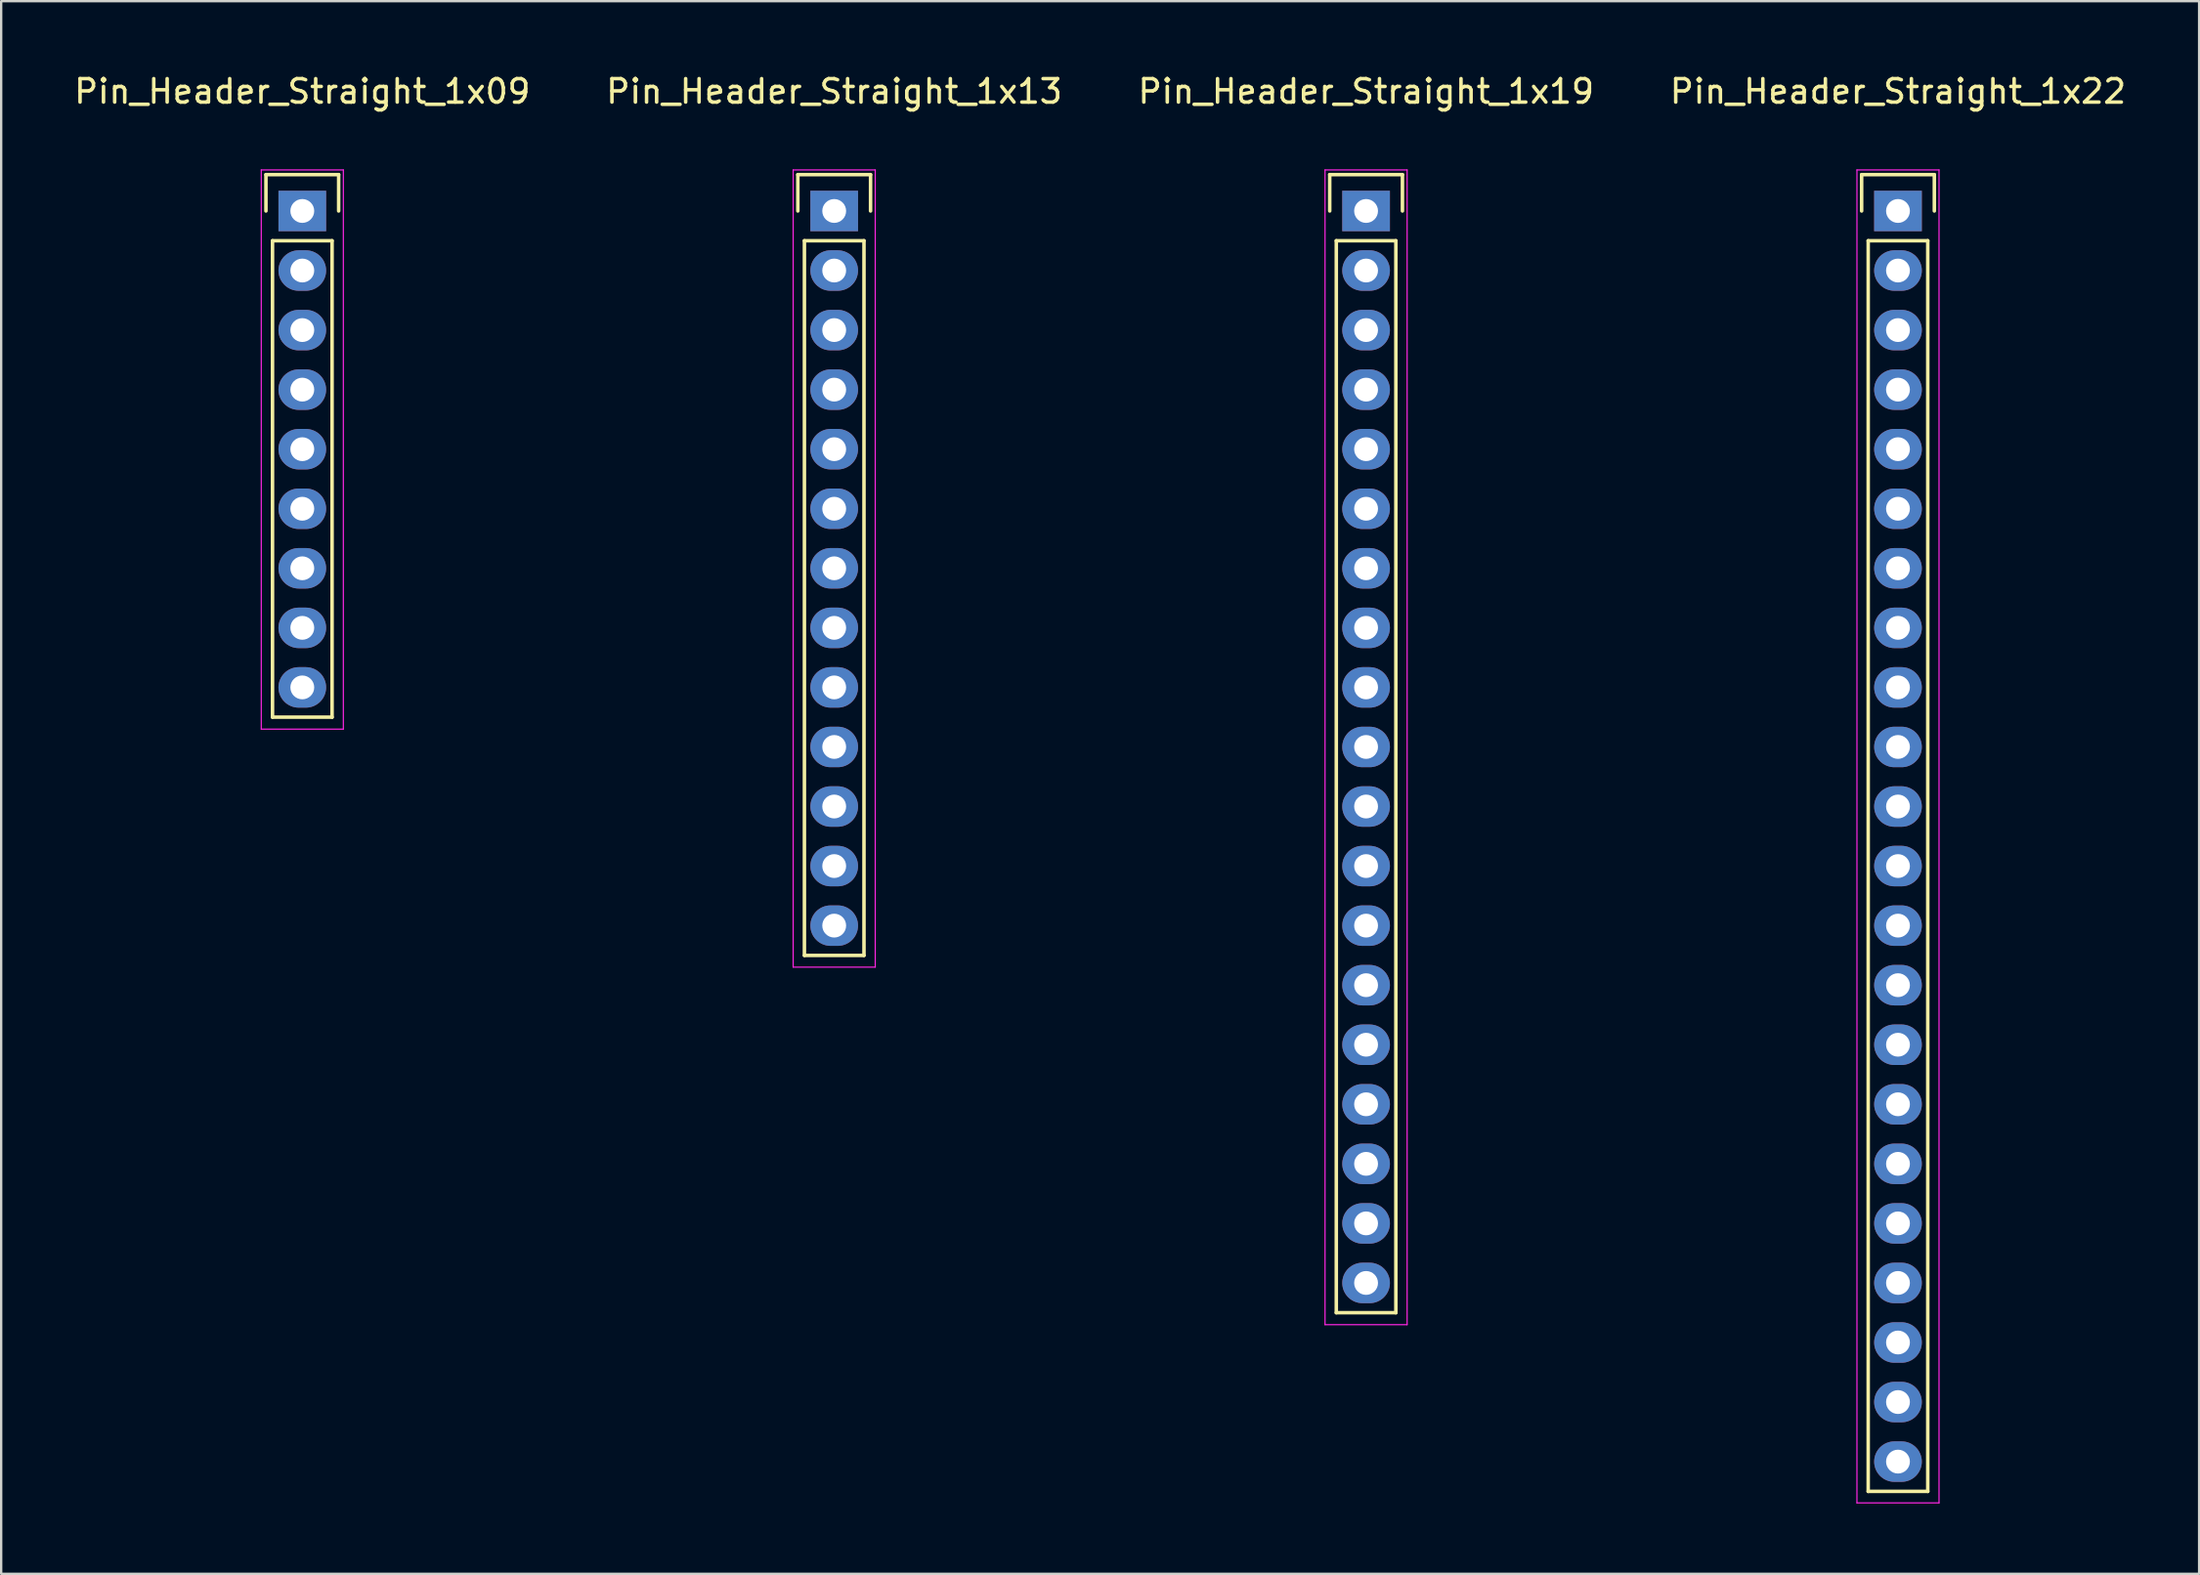
<source format=kicad_pcb>
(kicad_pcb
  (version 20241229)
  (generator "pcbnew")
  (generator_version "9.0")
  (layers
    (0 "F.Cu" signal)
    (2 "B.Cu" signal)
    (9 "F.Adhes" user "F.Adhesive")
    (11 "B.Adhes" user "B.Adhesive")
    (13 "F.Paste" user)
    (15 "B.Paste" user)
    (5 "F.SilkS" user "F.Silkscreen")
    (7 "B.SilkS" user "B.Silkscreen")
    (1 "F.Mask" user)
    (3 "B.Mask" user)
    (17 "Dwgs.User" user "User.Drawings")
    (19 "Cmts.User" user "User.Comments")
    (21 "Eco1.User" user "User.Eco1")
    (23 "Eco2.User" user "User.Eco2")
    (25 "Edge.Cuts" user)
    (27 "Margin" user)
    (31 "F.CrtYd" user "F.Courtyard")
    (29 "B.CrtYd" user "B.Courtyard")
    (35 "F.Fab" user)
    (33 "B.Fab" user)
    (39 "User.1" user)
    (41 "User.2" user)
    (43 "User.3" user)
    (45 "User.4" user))
  (footprint "Pin_Header_Straight_1x19"
    (layer "F.Cu")
    (at 55.196 5.948)
    (property "Reference" "Pin_Header_Straight_1x19" (at 0 -5.1 0) (layer "F.SilkS") (effects (font (size 1 1) (thickness 0.15))))
    (attr through_hole)
    (fp_line (start -1.55 -1.55) (end 1.55 -1.55) (stroke (width 0.15) (type solid)) (layer "F.SilkS"))
    (fp_line (start -1.55 0) (end -1.55 -1.55) (stroke (width 0.15) (type solid)) (layer "F.SilkS"))
    (fp_line (start -1.27 46.99) (end -1.27 1.27) (stroke (width 0.15) (type solid)) (layer "F.SilkS"))
    (fp_line (start 1.27 1.27) (end -1.27 1.27) (stroke (width 0.15) (type solid)) (layer "F.SilkS"))
    (fp_line (start 1.27 1.27) (end 1.27 46.99) (stroke (width 0.15) (type solid)) (layer "F.SilkS"))
    (fp_line (start 1.27 46.99) (end -1.27 46.99) (stroke (width 0.15) (type solid)) (layer "F.SilkS"))
    (fp_line (start 1.55 -1.55) (end 1.55 0) (stroke (width 0.15) (type solid)) (layer "F.SilkS"))
    (fp_line (start -1.75 -1.75) (end -1.75 47.5) (stroke (width 0.05) (type solid)) (layer "F.CrtYd"))
    (fp_line (start -1.75 -1.75) (end 1.75 -1.75) (stroke (width 0.05) (type solid)) (layer "F.CrtYd"))
    (fp_line (start -1.75 47.5) (end 1.75 47.5) (stroke (width 0.05) (type solid)) (layer "F.CrtYd"))
    (fp_line (start 1.75 -1.75) (end 1.75 47.5) (stroke (width 0.05) (type solid)) (layer "F.CrtYd"))
    (pad "1" thru_hole rect (at 0 0) (size 2.032 1.727) (drill 1.016) (layers "*.Cu" "*.Mask"))
    (pad "2" thru_hole oval (at 0 2.54) (size 2.032 1.727) (drill 1.016) (layers "*.Cu" "*.Mask"))
    (pad "3" thru_hole oval (at 0 5.08) (size 2.032 1.727) (drill 1.016) (layers "*.Cu" "*.Mask"))
    (pad "4" thru_hole oval (at 0 7.62) (size 2.032 1.727) (drill 1.016) (layers "*.Cu" "*.Mask"))
    (pad "5" thru_hole oval (at 0 10.16) (size 2.032 1.727) (drill 1.016) (layers "*.Cu" "*.Mask"))
    (pad "6" thru_hole oval (at 0 12.7) (size 2.032 1.727) (drill 1.016) (layers "*.Cu" "*.Mask"))
    (pad "7" thru_hole oval (at 0 15.24) (size 2.032 1.727) (drill 1.016) (layers "*.Cu" "*.Mask"))
    (pad "8" thru_hole oval (at 0 17.78) (size 2.032 1.727) (drill 1.016) (layers "*.Cu" "*.Mask"))
    (pad "9" thru_hole oval (at 0 20.32) (size 2.032 1.727) (drill 1.016) (layers "*.Cu" "*.Mask"))
    (pad "10" thru_hole oval (at 0 22.86) (size 2.032 1.727) (drill 1.016) (layers "*.Cu" "*.Mask"))
    (pad "11" thru_hole oval (at 0 25.4) (size 2.032 1.727) (drill 1.016) (layers "*.Cu" "*.Mask"))
    (pad "12" thru_hole oval (at 0 27.94) (size 2.032 1.727) (drill 1.016) (layers "*.Cu" "*.Mask"))
    (pad "13" thru_hole oval (at 0 30.48) (size 2.032 1.727) (drill 1.016) (layers "*.Cu" "*.Mask"))
    (pad "14" thru_hole oval (at 0 33.02) (size 2.032 1.727) (drill 1.016) (layers "*.Cu" "*.Mask"))
    (pad "15" thru_hole oval (at 0 35.56) (size 2.032 1.727) (drill 1.016) (layers "*.Cu" "*.Mask"))
    (pad "16" thru_hole oval (at 0 38.1) (size 2.032 1.727) (drill 1.016) (layers "*.Cu" "*.Mask"))
    (pad "17" thru_hole oval (at 0 40.64) (size 2.032 1.727) (drill 1.016) (layers "*.Cu" "*.Mask"))
    (pad "18" thru_hole oval (at 0 43.18) (size 2.032 1.727) (drill 1.016) (layers "*.Cu" "*.Mask"))
    (pad "19" thru_hole oval (at 0 45.72) (size 2.032 1.727) (drill 1.016) (layers "*.Cu" "*.Mask")))
  (footprint "Pin_Header_Straight_1x13"
    (layer "F.Cu")
    (at 32.518 5.948)
    (property "Reference" "Pin_Header_Straight_1x13" (at 0 -5.1 0) (layer "F.SilkS") (effects (font (size 1 1) (thickness 0.15))))
    (attr through_hole)
    (fp_line (start -1.55 -1.55) (end 1.55 -1.55) (stroke (width 0.15) (type solid)) (layer "F.SilkS"))
    (fp_line (start -1.55 0) (end -1.55 -1.55) (stroke (width 0.15) (type solid)) (layer "F.SilkS"))
    (fp_line (start -1.27 1.27) (end -1.27 31.75) (stroke (width 0.15) (type solid)) (layer "F.SilkS"))
    (fp_line (start -1.27 31.75) (end 1.27 31.75) (stroke (width 0.15) (type solid)) (layer "F.SilkS"))
    (fp_line (start 1.27 1.27) (end -1.27 1.27) (stroke (width 0.15) (type solid)) (layer "F.SilkS"))
    (fp_line (start 1.27 31.75) (end 1.27 1.27) (stroke (width 0.15) (type solid)) (layer "F.SilkS"))
    (fp_line (start 1.55 -1.55) (end 1.55 0) (stroke (width 0.15) (type solid)) (layer "F.SilkS"))
    (fp_line (start -1.75 -1.75) (end -1.75 32.25) (stroke (width 0.05) (type solid)) (layer "F.CrtYd"))
    (fp_line (start -1.75 -1.75) (end 1.75 -1.75) (stroke (width 0.05) (type solid)) (layer "F.CrtYd"))
    (fp_line (start -1.75 32.25) (end 1.75 32.25) (stroke (width 0.05) (type solid)) (layer "F.CrtYd"))
    (fp_line (start 1.75 -1.75) (end 1.75 32.25) (stroke (width 0.05) (type solid)) (layer "F.CrtYd"))
    (pad "1" thru_hole rect (at 0 0) (size 2.032 1.727) (drill 1.016) (layers "*.Cu" "*.Mask"))
    (pad "2" thru_hole oval (at 0 2.54) (size 2.032 1.727) (drill 1.016) (layers "*.Cu" "*.Mask"))
    (pad "3" thru_hole oval (at 0 5.08) (size 2.032 1.727) (drill 1.016) (layers "*.Cu" "*.Mask"))
    (pad "4" thru_hole oval (at 0 7.62) (size 2.032 1.727) (drill 1.016) (layers "*.Cu" "*.Mask"))
    (pad "5" thru_hole oval (at 0 10.16) (size 2.032 1.727) (drill 1.016) (layers "*.Cu" "*.Mask"))
    (pad "6" thru_hole oval (at 0 12.7) (size 2.032 1.727) (drill 1.016) (layers "*.Cu" "*.Mask"))
    (pad "7" thru_hole oval (at 0 15.24) (size 2.032 1.727) (drill 1.016) (layers "*.Cu" "*.Mask"))
    (pad "8" thru_hole oval (at 0 17.78) (size 2.032 1.727) (drill 1.016) (layers "*.Cu" "*.Mask"))
    (pad "9" thru_hole oval (at 0 20.32) (size 2.032 1.727) (drill 1.016) (layers "*.Cu" "*.Mask"))
    (pad "10" thru_hole oval (at 0 22.86) (size 2.032 1.727) (drill 1.016) (layers "*.Cu" "*.Mask"))
    (pad "11" thru_hole oval (at 0 25.4) (size 2.032 1.727) (drill 1.016) (layers "*.Cu" "*.Mask"))
    (pad "12" thru_hole oval (at 0 27.94) (size 2.032 1.727) (drill 1.016) (layers "*.Cu" "*.Mask"))
    (pad "13" thru_hole oval (at 0 30.48) (size 2.032 1.727) (drill 1.016) (layers "*.Cu" "*.Mask")))
  (footprint "Pin_Header_Straight_1x09"
    (layer "F.Cu")
    (at 9.839 5.948)
    (property "Reference" "Pin_Header_Straight_1x09" (at 0 -5.1 0) (layer "F.SilkS") (effects (font (size 1 1) (thickness 0.15))))
    (attr through_hole)
    (fp_line (start -1.55 -1.55) (end 1.55 -1.55) (stroke (width 0.15) (type solid)) (layer "F.SilkS"))
    (fp_line (start -1.55 0) (end -1.55 -1.55) (stroke (width 0.15) (type solid)) (layer "F.SilkS"))
    (fp_line (start -1.27 21.59) (end -1.27 1.27) (stroke (width 0.15) (type solid)) (layer "F.SilkS"))
    (fp_line (start 1.27 1.27) (end -1.27 1.27) (stroke (width 0.15) (type solid)) (layer "F.SilkS"))
    (fp_line (start 1.27 1.27) (end 1.27 21.59) (stroke (width 0.15) (type solid)) (layer "F.SilkS"))
    (fp_line (start 1.27 21.59) (end -1.27 21.59) (stroke (width 0.15) (type solid)) (layer "F.SilkS"))
    (fp_line (start 1.55 -1.55) (end 1.55 0) (stroke (width 0.15) (type solid)) (layer "F.SilkS"))
    (fp_line (start -1.75 -1.75) (end -1.75 22.1) (stroke (width 0.05) (type solid)) (layer "F.CrtYd"))
    (fp_line (start -1.75 -1.75) (end 1.75 -1.75) (stroke (width 0.05) (type solid)) (layer "F.CrtYd"))
    (fp_line (start -1.75 22.1) (end 1.75 22.1) (stroke (width 0.05) (type solid)) (layer "F.CrtYd"))
    (fp_line (start 1.75 -1.75) (end 1.75 22.1) (stroke (width 0.05) (type solid)) (layer "F.CrtYd"))
    (pad "1" thru_hole rect (at 0 0) (size 2.032 1.727) (drill 1.016) (layers "*.Cu" "*.Mask"))
    (pad "2" thru_hole oval (at 0 2.54) (size 2.032 1.727) (drill 1.016) (layers "*.Cu" "*.Mask"))
    (pad "3" thru_hole oval (at 0 5.08) (size 2.032 1.727) (drill 1.016) (layers "*.Cu" "*.Mask"))
    (pad "4" thru_hole oval (at 0 7.62) (size 2.032 1.727) (drill 1.016) (layers "*.Cu" "*.Mask"))
    (pad "5" thru_hole oval (at 0 10.16) (size 2.032 1.727) (drill 1.016) (layers "*.Cu" "*.Mask"))
    (pad "6" thru_hole oval (at 0 12.7) (size 2.032 1.727) (drill 1.016) (layers "*.Cu" "*.Mask"))
    (pad "7" thru_hole oval (at 0 15.24) (size 2.032 1.727) (drill 1.016) (layers "*.Cu" "*.Mask"))
    (pad "8" thru_hole oval (at 0 17.78) (size 2.032 1.727) (drill 1.016) (layers "*.Cu" "*.Mask"))
    (pad "9" thru_hole oval (at 0 20.32) (size 2.032 1.727) (drill 1.016) (layers "*.Cu" "*.Mask")))
  (footprint "Pin_Header_Straight_1x22"
    (layer "F.Cu")
    (at 77.875 5.948)
    (property "Reference" "Pin_Header_Straight_1x22" (at 0 -5.1 0) (layer "F.SilkS") (effects (font (size 1 1) (thickness 0.15))))
    (attr through_hole)
    (fp_line (start -1.55 -1.55) (end 1.55 -1.55) (stroke (width 0.15) (type solid)) (layer "F.SilkS"))
    (fp_line (start -1.55 0) (end -1.55 -1.55) (stroke (width 0.15) (type solid)) (layer "F.SilkS"))
    (fp_line (start -1.27 1.27) (end -1.27 54.61) (stroke (width 0.15) (type solid)) (layer "F.SilkS"))
    (fp_line (start -1.27 54.61) (end 1.27 54.61) (stroke (width 0.15) (type solid)) (layer "F.SilkS"))
    (fp_line (start 1.27 1.27) (end -1.27 1.27) (stroke (width 0.15) (type solid)) (layer "F.SilkS"))
    (fp_line (start 1.27 54.61) (end 1.27 1.27) (stroke (width 0.15) (type solid)) (layer "F.SilkS"))
    (fp_line (start 1.55 -1.55) (end 1.55 0) (stroke (width 0.15) (type solid)) (layer "F.SilkS"))
    (fp_line (start -1.75 -1.75) (end -1.75 55.1) (stroke (width 0.05) (type solid)) (layer "F.CrtYd"))
    (fp_line (start -1.75 -1.75) (end 1.75 -1.75) (stroke (width 0.05) (type solid)) (layer "F.CrtYd"))
    (fp_line (start -1.75 55.1) (end 1.75 55.1) (stroke (width 0.05) (type solid)) (layer "F.CrtYd"))
    (fp_line (start 1.75 -1.75) (end 1.75 55.1) (stroke (width 0.05) (type solid)) (layer "F.CrtYd"))
    (pad "1" thru_hole rect (at 0 0) (size 2.032 1.727) (drill 1.016) (layers "*.Cu" "*.Mask"))
    (pad "2" thru_hole oval (at 0 2.54) (size 2.032 1.727) (drill 1.016) (layers "*.Cu" "*.Mask"))
    (pad "3" thru_hole oval (at 0 5.08) (size 2.032 1.727) (drill 1.016) (layers "*.Cu" "*.Mask"))
    (pad "4" thru_hole oval (at 0 7.62) (size 2.032 1.727) (drill 1.016) (layers "*.Cu" "*.Mask"))
    (pad "5" thru_hole oval (at 0 10.16) (size 2.032 1.727) (drill 1.016) (layers "*.Cu" "*.Mask"))
    (pad "6" thru_hole oval (at 0 12.7) (size 2.032 1.727) (drill 1.016) (layers "*.Cu" "*.Mask"))
    (pad "7" thru_hole oval (at 0 15.24) (size 2.032 1.727) (drill 1.016) (layers "*.Cu" "*.Mask"))
    (pad "8" thru_hole oval (at 0 17.78) (size 2.032 1.727) (drill 1.016) (layers "*.Cu" "*.Mask"))
    (pad "9" thru_hole oval (at 0 20.32) (size 2.032 1.727) (drill 1.016) (layers "*.Cu" "*.Mask"))
    (pad "10" thru_hole oval (at 0 22.86) (size 2.032 1.727) (drill 1.016) (layers "*.Cu" "*.Mask"))
    (pad "11" thru_hole oval (at 0 25.4) (size 2.032 1.727) (drill 1.016) (layers "*.Cu" "*.Mask"))
    (pad "12" thru_hole oval (at 0 27.94) (size 2.032 1.727) (drill 1.016) (layers "*.Cu" "*.Mask"))
    (pad "13" thru_hole oval (at 0 30.48) (size 2.032 1.727) (drill 1.016) (layers "*.Cu" "*.Mask"))
    (pad "14" thru_hole oval (at 0 33.02) (size 2.032 1.727) (drill 1.016) (layers "*.Cu" "*.Mask"))
    (pad "15" thru_hole oval (at 0 35.56) (size 2.032 1.727) (drill 1.016) (layers "*.Cu" "*.Mask"))
    (pad "16" thru_hole oval (at 0 38.1) (size 2.032 1.727) (drill 1.016) (layers "*.Cu" "*.Mask"))
    (pad "17" thru_hole oval (at 0 40.64) (size 2.032 1.727) (drill 1.016) (layers "*.Cu" "*.Mask"))
    (pad "18" thru_hole oval (at 0 43.18) (size 2.032 1.727) (drill 1.016) (layers "*.Cu" "*.Mask"))
    (pad "19" thru_hole oval (at 0 45.72) (size 2.032 1.727) (drill 1.016) (layers "*.Cu" "*.Mask"))
    (pad "20" thru_hole oval (at 0 48.26) (size 2.032 1.727) (drill 1.016) (layers "*.Cu" "*.Mask"))
    (pad "21" thru_hole oval (at 0 50.8) (size 2.032 1.727) (drill 1.016) (layers "*.Cu" "*.Mask"))
    (pad "22" thru_hole oval (at 0 53.34) (size 2.032 1.727) (drill 1.016) (layers "*.Cu" "*.Mask")))
  (gr_rect
    (start -3 -3)
    (end 90.714 64.073)
    (stroke (width 0.1) (type default))
    (fill no)
    (layer "Edge.Cuts")))
</source>
